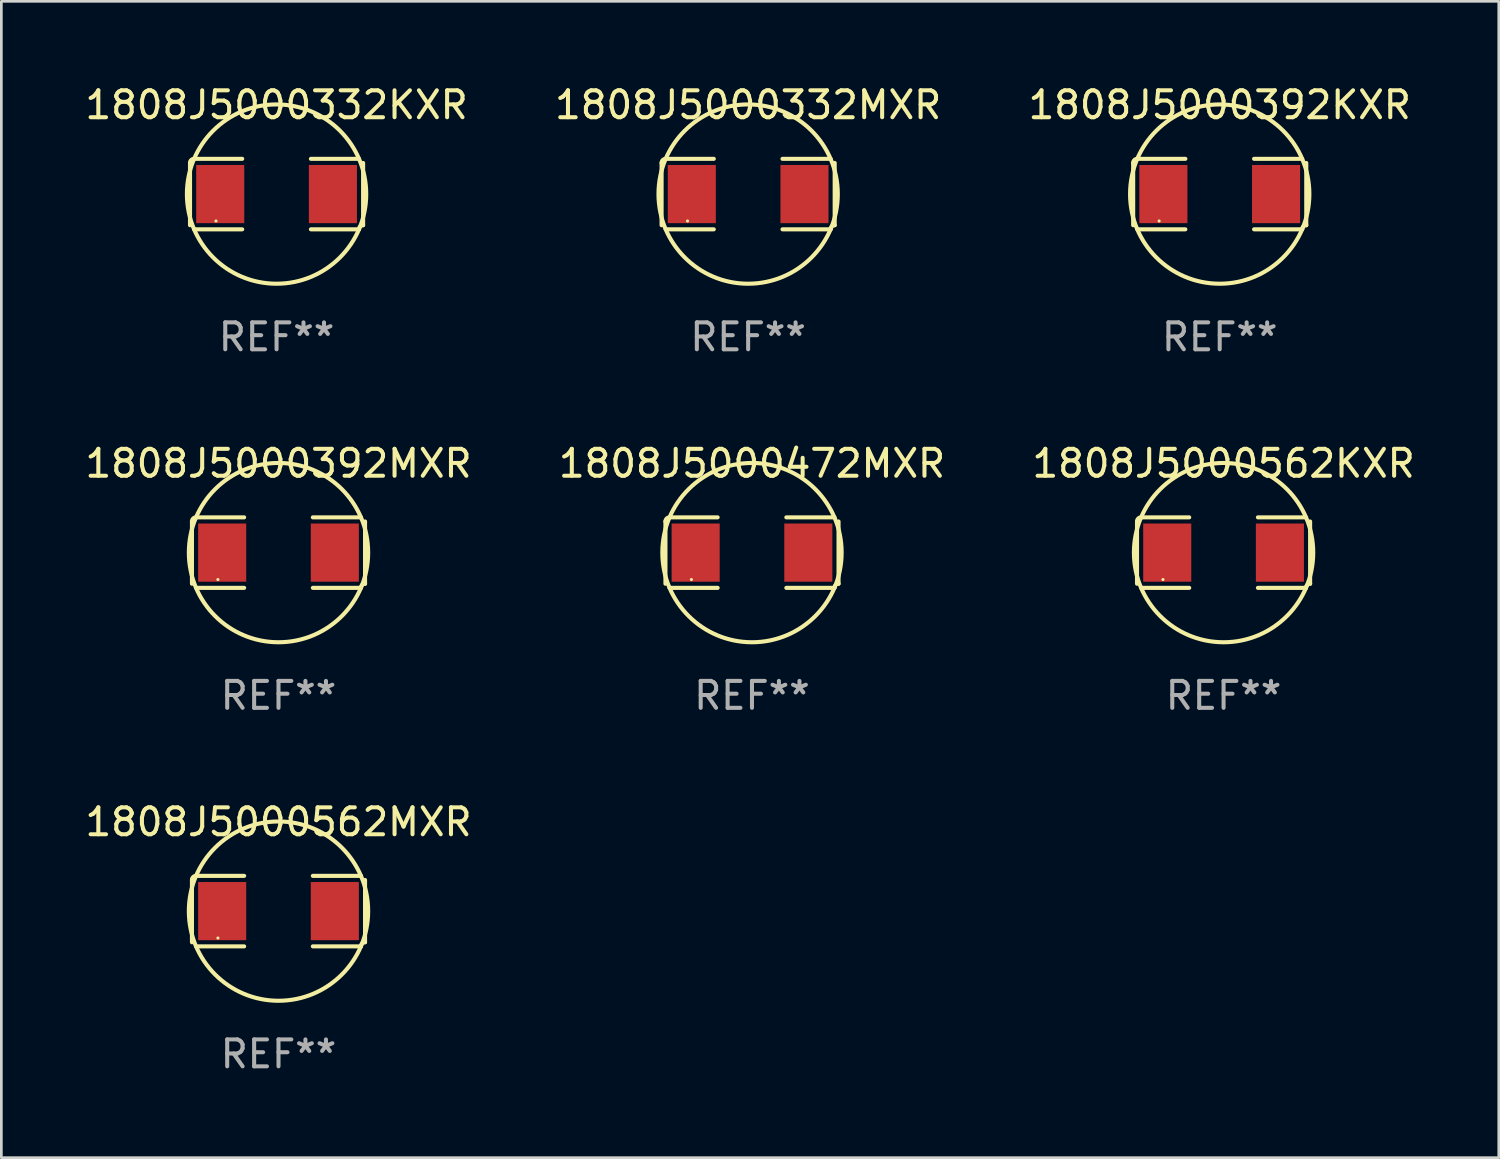
<source format=kicad_pcb>
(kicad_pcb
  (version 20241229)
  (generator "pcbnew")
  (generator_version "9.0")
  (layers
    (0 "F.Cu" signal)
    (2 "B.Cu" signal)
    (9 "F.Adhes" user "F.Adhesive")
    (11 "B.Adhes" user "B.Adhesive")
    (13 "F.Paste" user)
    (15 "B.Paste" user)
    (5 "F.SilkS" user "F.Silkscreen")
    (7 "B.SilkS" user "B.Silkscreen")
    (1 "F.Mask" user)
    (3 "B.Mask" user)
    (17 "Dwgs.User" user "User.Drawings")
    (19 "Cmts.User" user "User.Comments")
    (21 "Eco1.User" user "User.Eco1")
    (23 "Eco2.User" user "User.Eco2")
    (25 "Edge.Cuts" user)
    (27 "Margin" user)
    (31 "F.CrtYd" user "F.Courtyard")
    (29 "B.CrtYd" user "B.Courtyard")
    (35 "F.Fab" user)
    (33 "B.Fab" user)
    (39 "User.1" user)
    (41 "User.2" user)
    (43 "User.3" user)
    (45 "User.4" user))
  (footprint "1808J5000562MXR"
    (layer "F.Cu")
    (at 7.292 30.784)
    (property "Reference" "1808J5000562MXR" (at 0 -3.309 0) (layer "F.SilkS") (effects (font (size 1 1) (thickness 0.15))))
    (attr through_hole)
    (fp_line (start -3.214 -1.156) (end -3.214 1.156) (stroke (width 0.152) (type solid)) (layer "F.SilkS"))
    (fp_line (start -3.061 1.309) (end -1.276 1.309) (stroke (width 0.152) (type solid)) (layer "F.SilkS"))
    (fp_line (start -1.276 -1.309) (end -3.061 -1.309) (stroke (width 0.152) (type solid)) (layer "F.SilkS"))
    (fp_line (start 1.276 -1.309) (end 3.061 -1.309) (stroke (width 0.152) (type solid)) (layer "F.SilkS"))
    (fp_line (start 3.061 1.309) (end 1.276 1.309) (stroke (width 0.152) (type solid)) (layer "F.SilkS"))
    (fp_line (start 3.214 -1.156) (end 3.214 1.156) (stroke (width 0.152) (type solid)) (layer "F.SilkS"))
    (fp_arc (start -3.21359 -1.15621) (mid -3.168953 -1.263974) (end -3.061189 -1.308611) (stroke (width 0.1524) (type solid)) (layer "F.SilkS"))
    (fp_arc (start 3.061188 1.308611) (mid 3.105825 1.200847) (end 3.213589 1.15621) (stroke (width 0.1524) (type solid)) (layer "F.SilkS"))
    (fp_arc (start 3.061189 -1.308611) (mid -3.061167 1.308589) (end 3.061189 -1.308611) (stroke (width 0.1524) (type solid)) (layer "F.SilkS"))
    (fp_circle (center -2.25 1) (end -2.22 1) (stroke (width 0.06) (type solid)) (fill no) (layer "F.SilkS"))
    (fp_text user "REF**" (at 0 5.309 0) (layer "F.Fab") (effects (font (size 1 1) (thickness 0.15))))
    (pad "1" smd rect (at -2.092 0) (size 1.785 2.16) (layers "F.Cu" "F.Mask" "F.Paste"))
    (pad "2" smd rect (at 2.092 0) (size 1.785 2.16) (layers "F.Cu" "F.Mask" "F.Paste")))
  (footprint "1808J5000472MXR"
    (layer "F.Cu")
    (at 24.875 17.471)
    (property "Reference" "1808J5000472MXR" (at 0 -3.309 0) (layer "F.SilkS") (effects (font (size 1 1) (thickness 0.15))))
    (attr through_hole)
    (fp_line (start -3.214 -1.156) (end -3.214 1.156) (stroke (width 0.152) (type solid)) (layer "F.SilkS"))
    (fp_line (start -3.061 1.309) (end -1.276 1.309) (stroke (width 0.152) (type solid)) (layer "F.SilkS"))
    (fp_line (start -1.276 -1.309) (end -3.061 -1.309) (stroke (width 0.152) (type solid)) (layer "F.SilkS"))
    (fp_line (start 1.276 -1.309) (end 3.061 -1.309) (stroke (width 0.152) (type solid)) (layer "F.SilkS"))
    (fp_line (start 3.061 1.309) (end 1.276 1.309) (stroke (width 0.152) (type solid)) (layer "F.SilkS"))
    (fp_line (start 3.214 -1.156) (end 3.214 1.156) (stroke (width 0.152) (type solid)) (layer "F.SilkS"))
    (fp_arc (start -3.21359 -1.15621) (mid -3.168953 -1.263974) (end -3.061189 -1.308611) (stroke (width 0.1524) (type solid)) (layer "F.SilkS"))
    (fp_arc (start 3.061188 1.308611) (mid 3.105825 1.200847) (end 3.213589 1.15621) (stroke (width 0.1524) (type solid)) (layer "F.SilkS"))
    (fp_arc (start 3.061189 -1.308611) (mid -3.061167 1.308589) (end 3.061189 -1.308611) (stroke (width 0.1524) (type solid)) (layer "F.SilkS"))
    (fp_circle (center -2.25 1) (end -2.22 1) (stroke (width 0.06) (type solid)) (fill no) (layer "F.SilkS"))
    (fp_text user "REF**" (at 0 5.309 0) (layer "F.Fab") (effects (font (size 1 1) (thickness 0.15))))
    (pad "1" smd rect (at -2.092 0) (size 1.785 2.16) (layers "F.Cu" "F.Mask" "F.Paste"))
    (pad "2" smd rect (at 2.092 0) (size 1.785 2.16) (layers "F.Cu" "F.Mask" "F.Paste")))
  (footprint "1808J5000392MXR"
    (layer "F.Cu")
    (at 7.292 17.471)
    (property "Reference" "1808J5000392MXR" (at 0 -3.309 0) (layer "F.SilkS") (effects (font (size 1 1) (thickness 0.15))))
    (attr through_hole)
    (fp_line (start -3.214 -1.156) (end -3.214 1.156) (stroke (width 0.152) (type solid)) (layer "F.SilkS"))
    (fp_line (start -3.061 1.309) (end -1.276 1.309) (stroke (width 0.152) (type solid)) (layer "F.SilkS"))
    (fp_line (start -1.276 -1.309) (end -3.061 -1.309) (stroke (width 0.152) (type solid)) (layer "F.SilkS"))
    (fp_line (start 1.276 -1.309) (end 3.061 -1.309) (stroke (width 0.152) (type solid)) (layer "F.SilkS"))
    (fp_line (start 3.061 1.309) (end 1.276 1.309) (stroke (width 0.152) (type solid)) (layer "F.SilkS"))
    (fp_line (start 3.214 -1.156) (end 3.214 1.156) (stroke (width 0.152) (type solid)) (layer "F.SilkS"))
    (fp_arc (start -3.21359 -1.15621) (mid -3.168953 -1.263974) (end -3.061189 -1.308611) (stroke (width 0.1524) (type solid)) (layer "F.SilkS"))
    (fp_arc (start 3.061188 1.308611) (mid 3.105825 1.200847) (end 3.213589 1.15621) (stroke (width 0.1524) (type solid)) (layer "F.SilkS"))
    (fp_arc (start 3.061189 -1.308611) (mid -3.061167 1.308589) (end 3.061189 -1.308611) (stroke (width 0.1524) (type solid)) (layer "F.SilkS"))
    (fp_circle (center -2.25 1) (end -2.22 1) (stroke (width 0.06) (type solid)) (fill no) (layer "F.SilkS"))
    (fp_text user "REF**" (at 0 5.309 0) (layer "F.Fab") (effects (font (size 1 1) (thickness 0.15))))
    (pad "1" smd rect (at -2.092 0) (size 1.785 2.16) (layers "F.Cu" "F.Mask" "F.Paste"))
    (pad "2" smd rect (at 2.092 0) (size 1.785 2.16) (layers "F.Cu" "F.Mask" "F.Paste")))
  (footprint "1808J5000562KXR"
    (layer "F.Cu")
    (at 42.387 17.471)
    (property "Reference" "1808J5000562KXR" (at 0 -3.309 0) (layer "F.SilkS") (effects (font (size 1 1) (thickness 0.15))))
    (attr through_hole)
    (fp_line (start -3.214 -1.156) (end -3.214 1.156) (stroke (width 0.152) (type solid)) (layer "F.SilkS"))
    (fp_line (start -3.061 1.309) (end -1.276 1.309) (stroke (width 0.152) (type solid)) (layer "F.SilkS"))
    (fp_line (start -1.276 -1.309) (end -3.061 -1.309) (stroke (width 0.152) (type solid)) (layer "F.SilkS"))
    (fp_line (start 1.276 -1.309) (end 3.061 -1.309) (stroke (width 0.152) (type solid)) (layer "F.SilkS"))
    (fp_line (start 3.061 1.309) (end 1.276 1.309) (stroke (width 0.152) (type solid)) (layer "F.SilkS"))
    (fp_line (start 3.214 -1.156) (end 3.214 1.156) (stroke (width 0.152) (type solid)) (layer "F.SilkS"))
    (fp_arc (start -3.21359 -1.15621) (mid -3.168953 -1.263974) (end -3.061189 -1.308611) (stroke (width 0.1524) (type solid)) (layer "F.SilkS"))
    (fp_arc (start 3.061188 1.308611) (mid 3.105825 1.200847) (end 3.213589 1.15621) (stroke (width 0.1524) (type solid)) (layer "F.SilkS"))
    (fp_arc (start 3.061189 -1.308611) (mid -3.061167 1.308589) (end 3.061189 -1.308611) (stroke (width 0.1524) (type solid)) (layer "F.SilkS"))
    (fp_circle (center -2.25 1) (end -2.22 1) (stroke (width 0.06) (type solid)) (fill no) (layer "F.SilkS"))
    (fp_text user "REF**" (at 0 5.309 0) (layer "F.Fab") (effects (font (size 1 1) (thickness 0.15))))
    (pad "1" smd rect (at -2.092 0) (size 1.785 2.16) (layers "F.Cu" "F.Mask" "F.Paste"))
    (pad "2" smd rect (at 2.092 0) (size 1.785 2.16) (layers "F.Cu" "F.Mask" "F.Paste")))
  (footprint "1808J5000332KXR"
    (layer "F.Cu")
    (at 7.22 4.157)
    (property "Reference" "1808J5000332KXR" (at 0 -3.309 0) (layer "F.SilkS") (effects (font (size 1 1) (thickness 0.15))))
    (attr through_hole)
    (fp_line (start -3.214 -1.156) (end -3.214 1.156) (stroke (width 0.152) (type solid)) (layer "F.SilkS"))
    (fp_line (start -3.061 1.309) (end -1.276 1.309) (stroke (width 0.152) (type solid)) (layer "F.SilkS"))
    (fp_line (start -1.276 -1.309) (end -3.061 -1.309) (stroke (width 0.152) (type solid)) (layer "F.SilkS"))
    (fp_line (start 1.276 -1.309) (end 3.061 -1.309) (stroke (width 0.152) (type solid)) (layer "F.SilkS"))
    (fp_line (start 3.061 1.309) (end 1.276 1.309) (stroke (width 0.152) (type solid)) (layer "F.SilkS"))
    (fp_line (start 3.214 -1.156) (end 3.214 1.156) (stroke (width 0.152) (type solid)) (layer "F.SilkS"))
    (fp_arc (start -3.21359 -1.15621) (mid -3.168953 -1.263974) (end -3.061189 -1.308611) (stroke (width 0.1524) (type solid)) (layer "F.SilkS"))
    (fp_arc (start 3.061188 1.308611) (mid 3.105825 1.200847) (end 3.213589 1.15621) (stroke (width 0.1524) (type solid)) (layer "F.SilkS"))
    (fp_arc (start 3.061189 -1.308611) (mid -3.061167 1.308589) (end 3.061189 -1.308611) (stroke (width 0.1524) (type solid)) (layer "F.SilkS"))
    (fp_circle (center -2.25 1) (end -2.22 1) (stroke (width 0.06) (type solid)) (fill no) (layer "F.SilkS"))
    (fp_text user "REF**" (at 0 5.309 0) (layer "F.Fab") (effects (font (size 1 1) (thickness 0.15))))
    (pad "1" smd rect (at -2.092 0) (size 1.785 2.16) (layers "F.Cu" "F.Mask" "F.Paste"))
    (pad "2" smd rect (at 2.092 0) (size 1.785 2.16) (layers "F.Cu" "F.Mask" "F.Paste")))
  (footprint "1808J5000392KXR"
    (layer "F.Cu")
    (at 42.244 4.157)
    (property "Reference" "1808J5000392KXR" (at 0 -3.309 0) (layer "F.SilkS") (effects (font (size 1 1) (thickness 0.15))))
    (attr through_hole)
    (fp_line (start -3.214 -1.156) (end -3.214 1.156) (stroke (width 0.152) (type solid)) (layer "F.SilkS"))
    (fp_line (start -3.061 1.309) (end -1.276 1.309) (stroke (width 0.152) (type solid)) (layer "F.SilkS"))
    (fp_line (start -1.276 -1.309) (end -3.061 -1.309) (stroke (width 0.152) (type solid)) (layer "F.SilkS"))
    (fp_line (start 1.276 -1.309) (end 3.061 -1.309) (stroke (width 0.152) (type solid)) (layer "F.SilkS"))
    (fp_line (start 3.061 1.309) (end 1.276 1.309) (stroke (width 0.152) (type solid)) (layer "F.SilkS"))
    (fp_line (start 3.214 -1.156) (end 3.214 1.156) (stroke (width 0.152) (type solid)) (layer "F.SilkS"))
    (fp_arc (start -3.21359 -1.15621) (mid -3.168953 -1.263974) (end -3.061189 -1.308611) (stroke (width 0.1524) (type solid)) (layer "F.SilkS"))
    (fp_arc (start 3.061188 1.308611) (mid 3.105825 1.200847) (end 3.213589 1.15621) (stroke (width 0.1524) (type solid)) (layer "F.SilkS"))
    (fp_arc (start 3.061189 -1.308611) (mid -3.061167 1.308589) (end 3.061189 -1.308611) (stroke (width 0.1524) (type solid)) (layer "F.SilkS"))
    (fp_circle (center -2.25 1) (end -2.22 1) (stroke (width 0.06) (type solid)) (fill no) (layer "F.SilkS"))
    (fp_text user "REF**" (at 0 5.309 0) (layer "F.Fab") (effects (font (size 1 1) (thickness 0.15))))
    (pad "1" smd rect (at -2.092 0) (size 1.785 2.16) (layers "F.Cu" "F.Mask" "F.Paste"))
    (pad "2" smd rect (at 2.092 0) (size 1.785 2.16) (layers "F.Cu" "F.Mask" "F.Paste")))
  (footprint "1808J5000332MXR"
    (layer "F.Cu")
    (at 24.732 4.157)
    (property "Reference" "1808J5000332MXR" (at 0 -3.309 0) (layer "F.SilkS") (effects (font (size 1 1) (thickness 0.15))))
    (attr through_hole)
    (fp_line (start -3.214 -1.156) (end -3.214 1.156) (stroke (width 0.152) (type solid)) (layer "F.SilkS"))
    (fp_line (start -3.061 1.309) (end -1.276 1.309) (stroke (width 0.152) (type solid)) (layer "F.SilkS"))
    (fp_line (start -1.276 -1.309) (end -3.061 -1.309) (stroke (width 0.152) (type solid)) (layer "F.SilkS"))
    (fp_line (start 1.276 -1.309) (end 3.061 -1.309) (stroke (width 0.152) (type solid)) (layer "F.SilkS"))
    (fp_line (start 3.061 1.309) (end 1.276 1.309) (stroke (width 0.152) (type solid)) (layer "F.SilkS"))
    (fp_line (start 3.214 -1.156) (end 3.214 1.156) (stroke (width 0.152) (type solid)) (layer "F.SilkS"))
    (fp_arc (start -3.21359 -1.15621) (mid -3.168953 -1.263974) (end -3.061189 -1.308611) (stroke (width 0.1524) (type solid)) (layer "F.SilkS"))
    (fp_arc (start 3.061188 1.308611) (mid 3.105825 1.200847) (end 3.213589 1.15621) (stroke (width 0.1524) (type solid)) (layer "F.SilkS"))
    (fp_arc (start 3.061189 -1.308611) (mid -3.061167 1.308589) (end 3.061189 -1.308611) (stroke (width 0.1524) (type solid)) (layer "F.SilkS"))
    (fp_circle (center -2.25 1) (end -2.22 1) (stroke (width 0.06) (type solid)) (fill no) (layer "F.SilkS"))
    (fp_text user "REF**" (at 0 5.309 0) (layer "F.Fab") (effects (font (size 1 1) (thickness 0.15))))
    (pad "1" smd rect (at -2.092 0) (size 1.785 2.16) (layers "F.Cu" "F.Mask" "F.Paste"))
    (pad "2" smd rect (at 2.092 0) (size 1.785 2.16) (layers "F.Cu" "F.Mask" "F.Paste")))
  (gr_rect
    (start -3 -3)
    (end 52.607 39.941)
    (stroke (width 0.1) (type default))
    (fill no)
    (layer "Edge.Cuts")))
</source>
